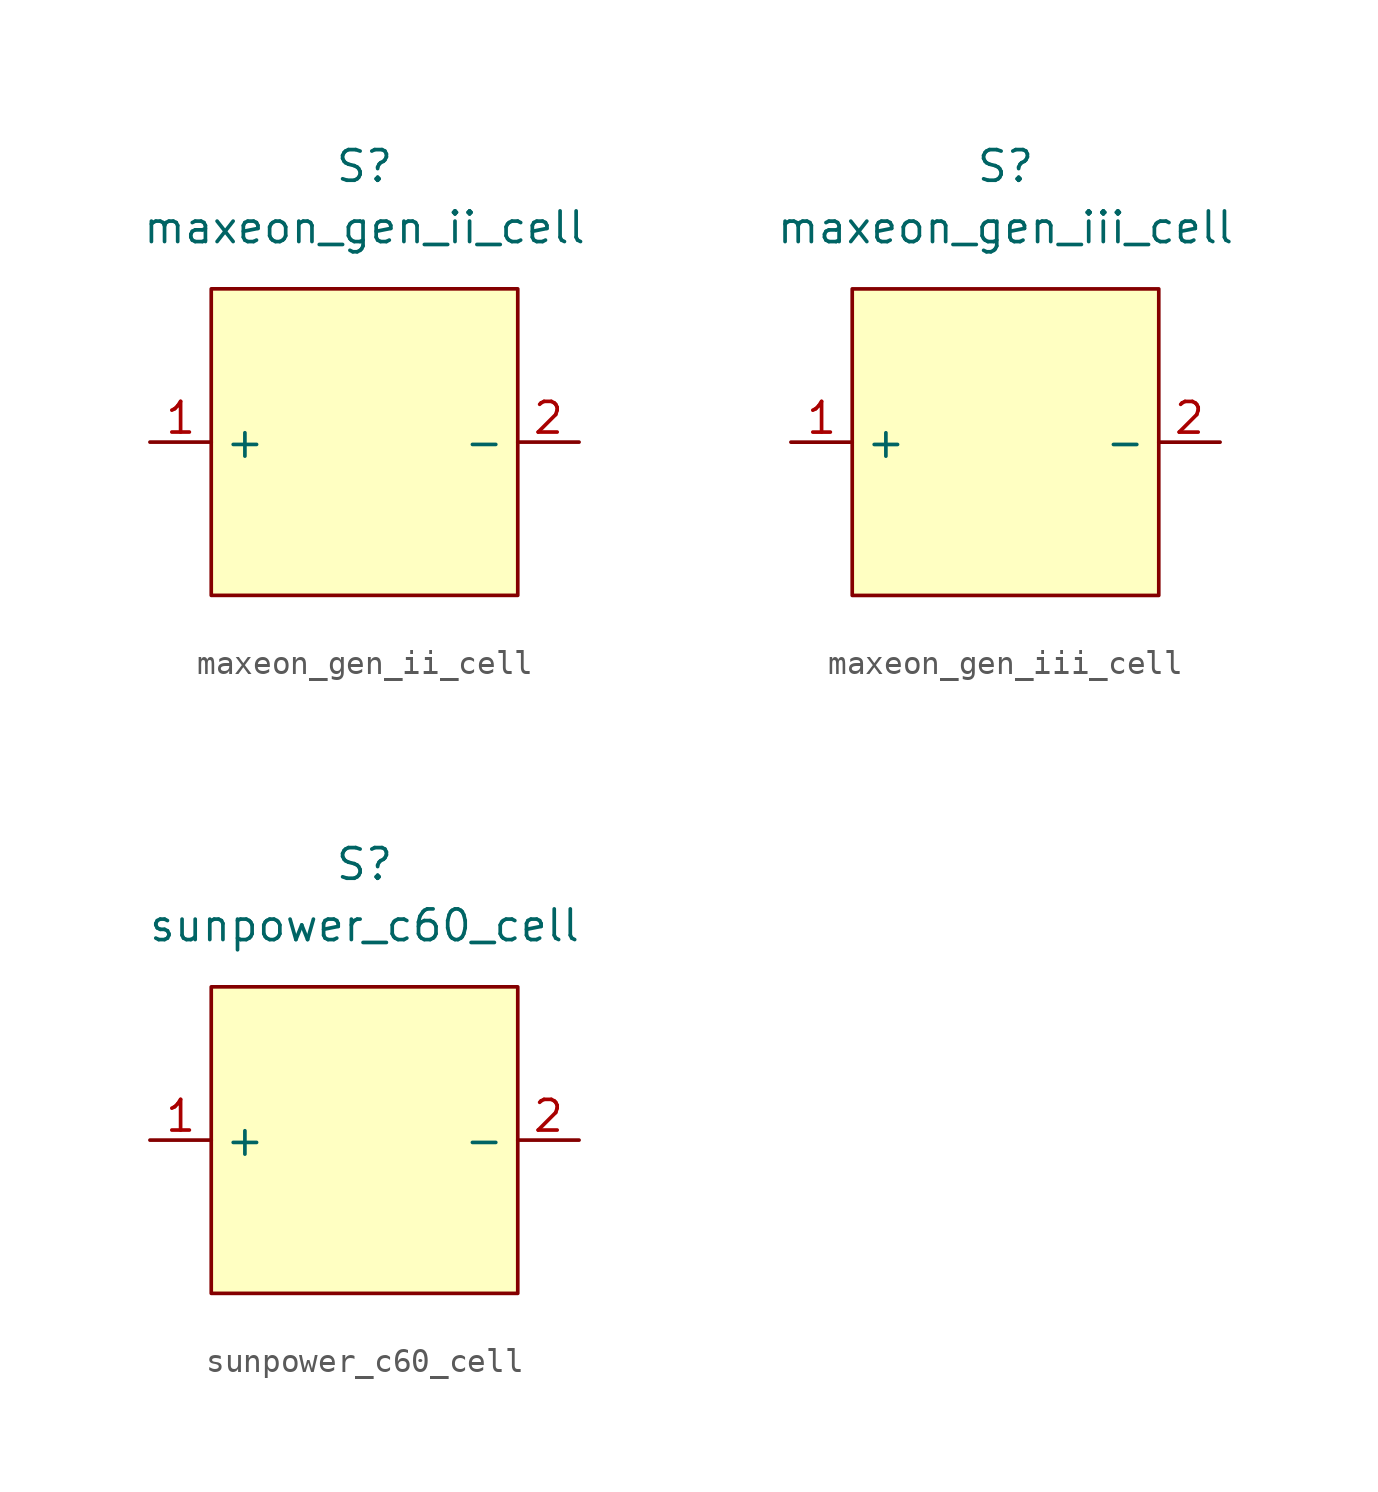
<source format=kicad_sym>
(kicad_symbol_lib
  (version 20211014)
  (generator kicad_symbol_editor)
  (symbol "maxeon_gen_ii_cell"
    (property "Reference" "S"
      (at 0 0 0)
      (effects (font (size 1.27 1.27))))
    (property "Value" "maxeon_gen_ii_cell"
      (at 0 -2.54 0)
      (effects (font (size 1.27 1.27))))
    (symbol "maxeon_gen_ii_cell_0_1"
      (rectangle (start -6.35 -5.08) (end 6.35 -17.78) (stroke (width 0.152) (type default) (color 0 0 0 0)) (fill (type background))))
    (symbol "maxeon_gen_ii_cell_1_1"
      (pin power_out line (at -8.89 -11.43 0) (length 2.54) (name "+" (effects (font (size 1.27 1.27)))) (number "1" (effects (font (size 1.27 1.27)))))
      (pin power_in line (at 8.89 -11.43 180) (length 2.54) (name "-" (effects (font (size 1.27 1.27)))) (number "2" (effects (font (size 1.27 1.27)))))))
  (symbol "maxeon_gen_iii_cell"
    (property "Reference" "S"
      (at 0 0 0)
      (effects (font (size 1.27 1.27))))
    (property "Value" "maxeon_gen_iii_cell"
      (at 0 -2.54 0)
      (effects (font (size 1.27 1.27))))
    (symbol "maxeon_gen_iii_cell_0_1"
      (rectangle (start -6.35 -5.08) (end 6.35 -17.78) (stroke (width 0.152) (type default) (color 0 0 0 0)) (fill (type background))))
    (symbol "maxeon_gen_iii_cell_1_1"
      (pin power_out line (at -8.89 -11.43 0) (length 2.54) (name "+" (effects (font (size 1.27 1.27)))) (number "1" (effects (font (size 1.27 1.27)))))
      (pin power_in line (at 8.89 -11.43 180) (length 2.54) (name "-" (effects (font (size 1.27 1.27)))) (number "2" (effects (font (size 1.27 1.27)))))))
  (symbol "sunpower_c60_cell"
    (property "Reference" "S"
      (at 0 0 0)
      (effects (font (size 1.27 1.27))))
    (property "Value" "sunpower_c60_cell"
      (at 0 -2.54 0)
      (effects (font (size 1.27 1.27))))
    (symbol "sunpower_c60_cell_0_1"
      (rectangle (start -6.35 -5.08) (end 6.35 -17.78) (stroke (width 0.152) (type default) (color 0 0 0 0)) (fill (type background))))
    (symbol "sunpower_c60_cell_1_1"
      (pin power_out line (at -8.89 -11.43 0) (length 2.54) (name "+" (effects (font (size 1.27 1.27)))) (number "1" (effects (font (size 1.27 1.27)))))
      (pin power_in line (at 8.89 -11.43 180) (length 2.54) (name "-" (effects (font (size 1.27 1.27)))) (number "2" (effects (font (size 1.27 1.27))))))))
</source>
